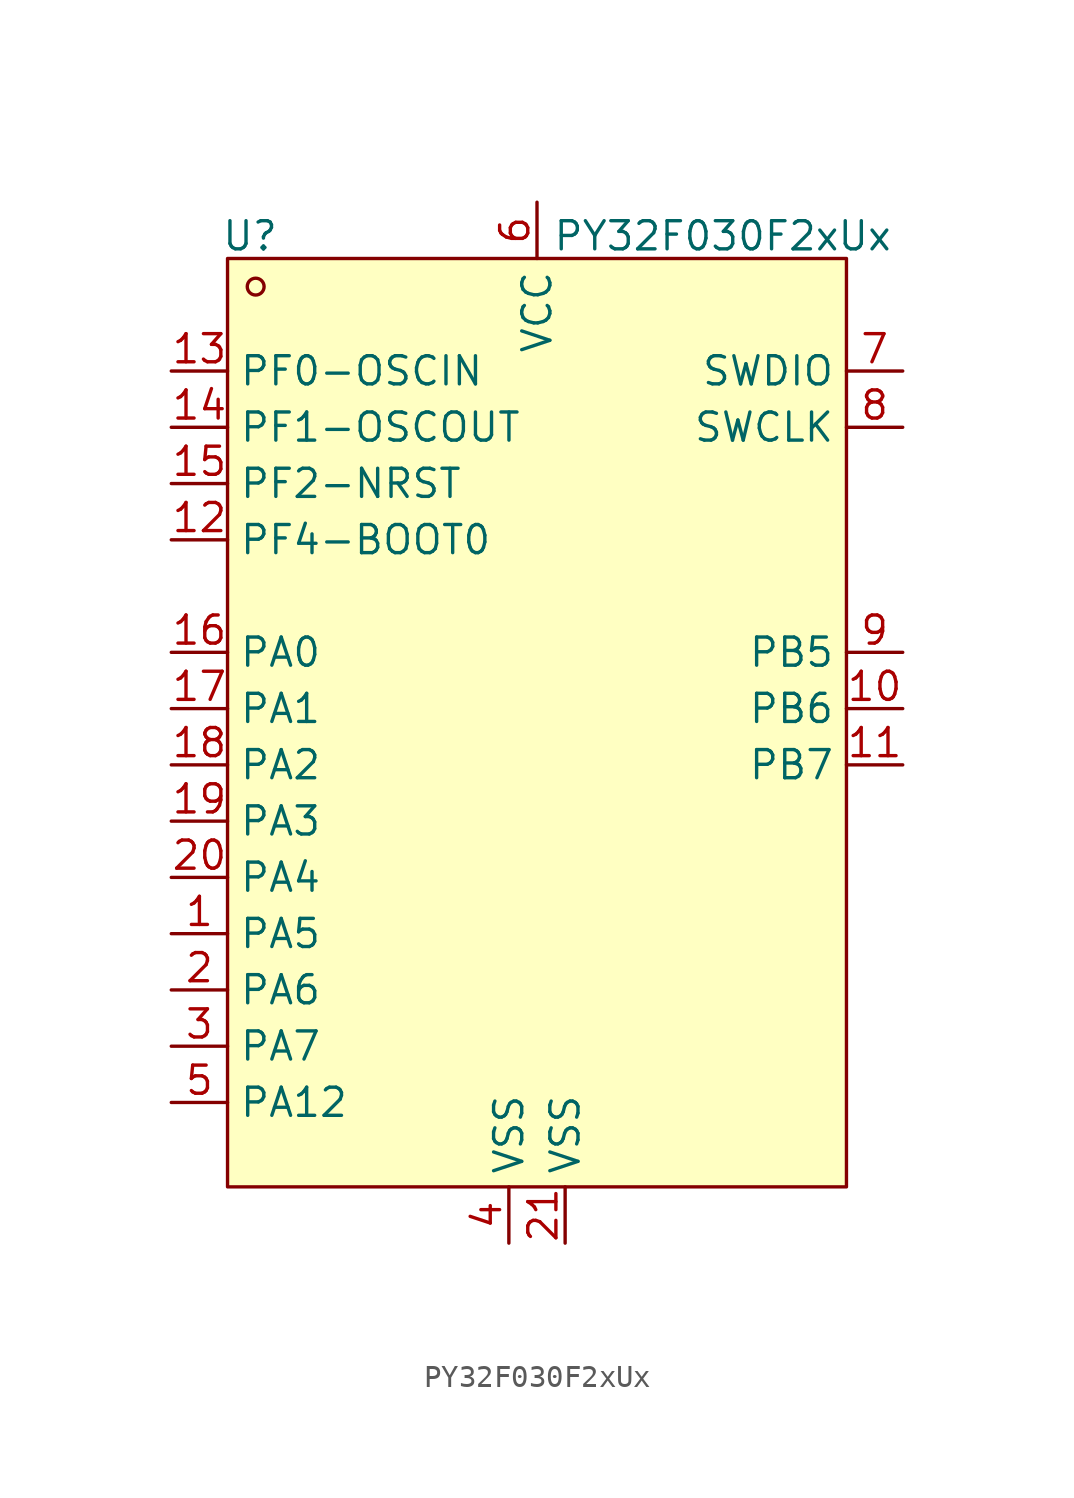
<source format=kicad_sym>
(kicad_symbol_lib
  (version 20231120)
  (generator "kicad_symbol_editor")
  (generator_version "8.0")
  (symbol "PY32F030F2xUx"
    (property "Reference" "U"
      (at -12.954 16.256 0)
      (effects (font (size 1.27 1.27))))
    (property "Value" "PY32F030F2xUx"
      (at 8.382 16.256 0)
      (effects (font (size 1.27 1.27))))
    (symbol "PY32F030F2xUx_0_1"
      (rectangle (start -13.97 15.24) (end 13.97 -26.67) (stroke (width 0) (type default)) (fill (type background)))
      (circle (center -12.7 13.97) (radius 0.38) (stroke (width 0) (type default)) (fill (type none)))
      (pin bidirectional line (at -16.51 2.54 0) (length 2.54) (name "PF4-BOOT0" (effects (font (size 1.27 1.27)))) (number "12" (effects (font (size 1.27 1.27)))))
      (pin power_in line (at -1.27 -29.21 90) (length 2.54) (name "VSS" (effects (font (size 1.27 1.27)))) (number "4" (effects (font (size 1.27 1.27)))))
      (pin power_in line (at 0 17.78 270) (length 2.54) (name "VCC" (effects (font (size 1.27 1.27)))) (number "6" (effects (font (size 1.27 1.27))))))
    (symbol "PY32F030F2xUx_1_1"
      (pin bidirectional line (at -16.51 -15.24 0) (length 2.54) (name "PA5" (effects (font (size 1.27 1.27)))) (number "1" (effects (font (size 1.27 1.27)))) (alternate "ADC_IN5" bidirectional line) (alternate "EVENTOUT" bidirectional line) (alternate "LPTIM_ETR" bidirectional line) (alternate "MCO" bidirectional line) (alternate "SPI1_SCK" bidirectional line) (alternate "TIM3_CH2" bidirectional line) (alternate "USART2_RX" bidirectional line))
      (pin bidirectional line (at 16.51 -5.08 180) (length 2.54) (name "PB6" (effects (font (size 1.27 1.27)))) (number "10" (effects (font (size 1.27 1.27)))) (alternate "COMP2_INP" bidirectional line) (alternate "EVENTOUT" bidirectional line) (alternate "I2C_SCL" bidirectional line) (alternate "LPTIM_ETR" bidirectional line) (alternate "SPI2_MISO" bidirectional line) (alternate "TIM16_CH1N" bidirectional line) (alternate "TIM1_CH3" bidirectional line) (alternate "USART1_TX" bidirectional line) (alternate "USART2_TX" bidirectional line))
      (pin bidirectional line (at 16.51 -7.62 180) (length 2.54) (name "PB7" (effects (font (size 1.27 1.27)))) (number "11" (effects (font (size 1.27 1.27)))) (alternate "COMP2_INM" bidirectional line) (alternate "EVENTOUT" bidirectional line) (alternate "I2C_SDA" bidirectional line) (alternate "PVD_IN" bidirectional line) (alternate "SPI2_MOSI" bidirectional line) (alternate "TIM17_CH1N" bidirectional line) (alternate "USART1_RX" bidirectional line) (alternate "USART2_RX" bidirectional line))
      (pin bidirectional line (at -16.51 10.16 0) (length 2.54) (name "PF0-OSCIN" (effects (font (size 1.27 1.27)))) (number "13" (effects (font (size 1.27 1.27)))) (alternate "I2C_SDA" bidirectional line) (alternate "SPI2_SCK" bidirectional line) (alternate "TIM14_CH1" bidirectional line) (alternate "USART1_RX" bidirectional line) (alternate "USART2_RX" bidirectional line) (alternate "USART2_TX" bidirectional line))
      (pin bidirectional line (at -16.51 7.62 0) (length 2.54) (name "PF1-OSCOUT" (effects (font (size 1.27 1.27)))) (number "14" (effects (font (size 1.27 1.27)))) (alternate "I2C_SCL" bidirectional line) (alternate "SP1_NSS" bidirectional line) (alternate "SPI2_MISO" bidirectional line) (alternate "TIM14_CH" bidirectional line) (alternate "USART1_TX" bidirectional line) (alternate "USART2_RX" bidirectional line) (alternate "USART2_TX" bidirectional line))
      (pin bidirectional line (at -16.51 5.08 0) (length 2.54) (name "PF2-NRST" (effects (font (size 1.27 1.27)))) (number "15" (effects (font (size 1.27 1.27)))) (alternate "MCO" bidirectional line) (alternate "SPI2_MOSI" bidirectional line) (alternate "USART2_RX" bidirectional line))
      (pin bidirectional line (at -16.51 -2.54 0) (length 2.54) (name "PA0" (effects (font (size 1.27 1.27)))) (number "16" (effects (font (size 1.27 1.27)))) (alternate "ADC_IN0" bidirectional line) (alternate "COMP1_INM" bidirectional line) (alternate "COMP1_OUT" bidirectional line) (alternate "IR_OUT" bidirectional line) (alternate "SPI1_MISO" bidirectional line) (alternate "SPI2_SCK" bidirectional line) (alternate "TIM1_CH1N" bidirectional line) (alternate "TIM1_CH3" bidirectional line) (alternate "USART1_CTS" bidirectional line) (alternate "USART2_CTS" bidirectional line) (alternate "USART2_TX" bidirectional line))
      (pin bidirectional line (at -16.51 -5.08 0) (length 2.54) (name "PA1" (effects (font (size 1.27 1.27)))) (number "17" (effects (font (size 1.27 1.27)))) (alternate "ADC_IN1" bidirectional line) (alternate "COMP1_INP" bidirectional line) (alternate "EVENTOUT" bidirectional line) (alternate "MCO" bidirectional line) (alternate "SPI1_MOSI" bidirectional line) (alternate "SPI1_SCK" bidirectional line) (alternate "TIM1_CH2N" bidirectional line) (alternate "TIM1_CH4" bidirectional line) (alternate "USART1_RTS" bidirectional line) (alternate "USART2_RTS" bidirectional line) (alternate "USART2_RX" bidirectional line))
      (pin bidirectional line (at -16.51 -7.62 0) (length 2.54) (name "PA2" (effects (font (size 1.27 1.27)))) (number "18" (effects (font (size 1.27 1.27)))) (alternate "ADC_IN2" bidirectional line) (alternate "COMP2_INM" bidirectional line) (alternate "COMP2_OUT" bidirectional line) (alternate "I2C_SDA" bidirectional line) (alternate "SPI1_MOSI" bidirectional line) (alternate "SPI1_SCK" bidirectional line) (alternate "TIM3_CH1" bidirectional line) (alternate "USART1_TX" bidirectional line) (alternate "USART2_TX" bidirectional line))
      (pin bidirectional line (at -16.51 -10.16 0) (length 2.54) (name "PA3" (effects (font (size 1.27 1.27)))) (number "19" (effects (font (size 1.27 1.27)))) (alternate "ADC_IN3" bidirectional line) (alternate "COMP2_INP" bidirectional line) (alternate "EVENTOUT" bidirectional line) (alternate "I2C_SCL" bidirectional line) (alternate "SPI1_MOSI" bidirectional line) (alternate "SPI2_MISO" bidirectional line) (alternate "TIM1_CH1" bidirectional line) (alternate "USART1_RX" bidirectional line) (alternate "USART2_RX" bidirectional line))
      (pin bidirectional line (at -16.51 -17.78 0) (length 2.54) (name "PA6" (effects (font (size 1.27 1.27)))) (number "2" (effects (font (size 1.27 1.27)))) (alternate "ADC_IN6" bidirectional line) (alternate "COMP1_OUT" bidirectional line) (alternate "RTC_OUT" bidirectional line) (alternate "SPI1_MISO" bidirectional line) (alternate "TIM16_CH1" bidirectional line) (alternate "TIM1_BKIN" bidirectional line) (alternate "TIM3_CH1" bidirectional line) (alternate "USART1_CK" bidirectional line))
      (pin bidirectional line (at -16.51 -12.7 0) (length 2.54) (name "PA4" (effects (font (size 1.27 1.27)))) (number "20" (effects (font (size 1.27 1.27)))) (alternate "ADC_IN4" bidirectional line) (alternate "ENENTOUT" bidirectional line) (alternate "RTC_OUT" bidirectional line) (alternate "SPI1_NSS" bidirectional line) (alternate "SPI2_MOSI" bidirectional line) (alternate "TIM14_CH1" bidirectional line) (alternate "TIM3_CH3" bidirectional line) (alternate "USART1_CK" bidirectional line) (alternate "USART2_CK" bidirectional line) (alternate "USART2_TX" bidirectional line))
      (pin power_in line (at 1.27 -29.21 90) (length 2.54) (name "VSS" (effects (font (size 1.27 1.27)))) (number "21" (effects (font (size 1.27 1.27)))))
      (pin bidirectional line (at -16.51 -20.32 0) (length 2.54) (name "PA7" (effects (font (size 1.27 1.27)))) (number "3" (effects (font (size 1.27 1.27)))) (alternate "ADC_IN7" bidirectional line) (alternate "COMP2_OUT" bidirectional line) (alternate "EVENTOUT" bidirectional line) (alternate "I2C_SDA" bidirectional line) (alternate "SPI1_MISO" bidirectional line) (alternate "SPI1_MOSI" bidirectional line) (alternate "TIM14_CH1" bidirectional line) (alternate "TIM17_CH1" bidirectional line) (alternate "TIM1_CH1N" bidirectional line) (alternate "TIM3_CH2" bidirectional line) (alternate "USART1_TX" bidirectional line) (alternate "USART2_TX" bidirectional line))
      (pin bidirectional line (at -16.51 -22.86 0) (length 2.54) (name "PA12" (effects (font (size 1.27 1.27)))) (number "5" (effects (font (size 1.27 1.27)))) (alternate "COMP2_OUT" bidirectional line) (alternate "EVENTOUT" bidirectional line) (alternate "I2C_SDA" bidirectional line) (alternate "SPI1_MOSI" bidirectional line) (alternate "TIM1_ETR" bidirectional line) (alternate "USART1_RTS" bidirectional line) (alternate "USART2_RTS" bidirectional line))
      (pin bidirectional line (at 16.51 10.16 180) (length 2.54) (name "SWDIO" (effects (font (size 1.27 1.27)))) (number "7" (effects (font (size 1.27 1.27)))) (alternate "EVENTOUT" bidirectional line) (alternate "IR_OUT" bidirectional line) (alternate "MCO" bidirectional line) (alternate "PA13" bidirectional line) (alternate "SPI1_MISO" bidirectional line) (alternate "TIM1_CH2" bidirectional line) (alternate "USART1_RX" bidirectional line))
      (pin bidirectional line (at 16.51 7.62 180) (length 2.54) (name "SWCLK" (effects (font (size 1.27 1.27)))) (number "8" (effects (font (size 1.27 1.27)))) (alternate "EVENTOUT" bidirectional line) (alternate "MCO" bidirectional line) (alternate "PA14" bidirectional line) (alternate "USART1_TX" bidirectional line) (alternate "USART2_TX" bidirectional line))
      (pin bidirectional line (at 16.51 -2.54 180) (length 2.54) (name "PB5" (effects (font (size 1.27 1.27)))) (number "9" (effects (font (size 1.27 1.27)))) (alternate "COMP1_OUT" bidirectional line) (alternate "LPTIM_IN1" bidirectional line) (alternate "SPI1_MOSI" bidirectional line) (alternate "TIM16_BKIN" bidirectional line) (alternate "TIM3_CH2" bidirectional line) (alternate "USART1_CK" bidirectional line) (alternate "USART2_CK" bidirectional line)))))
</source>
